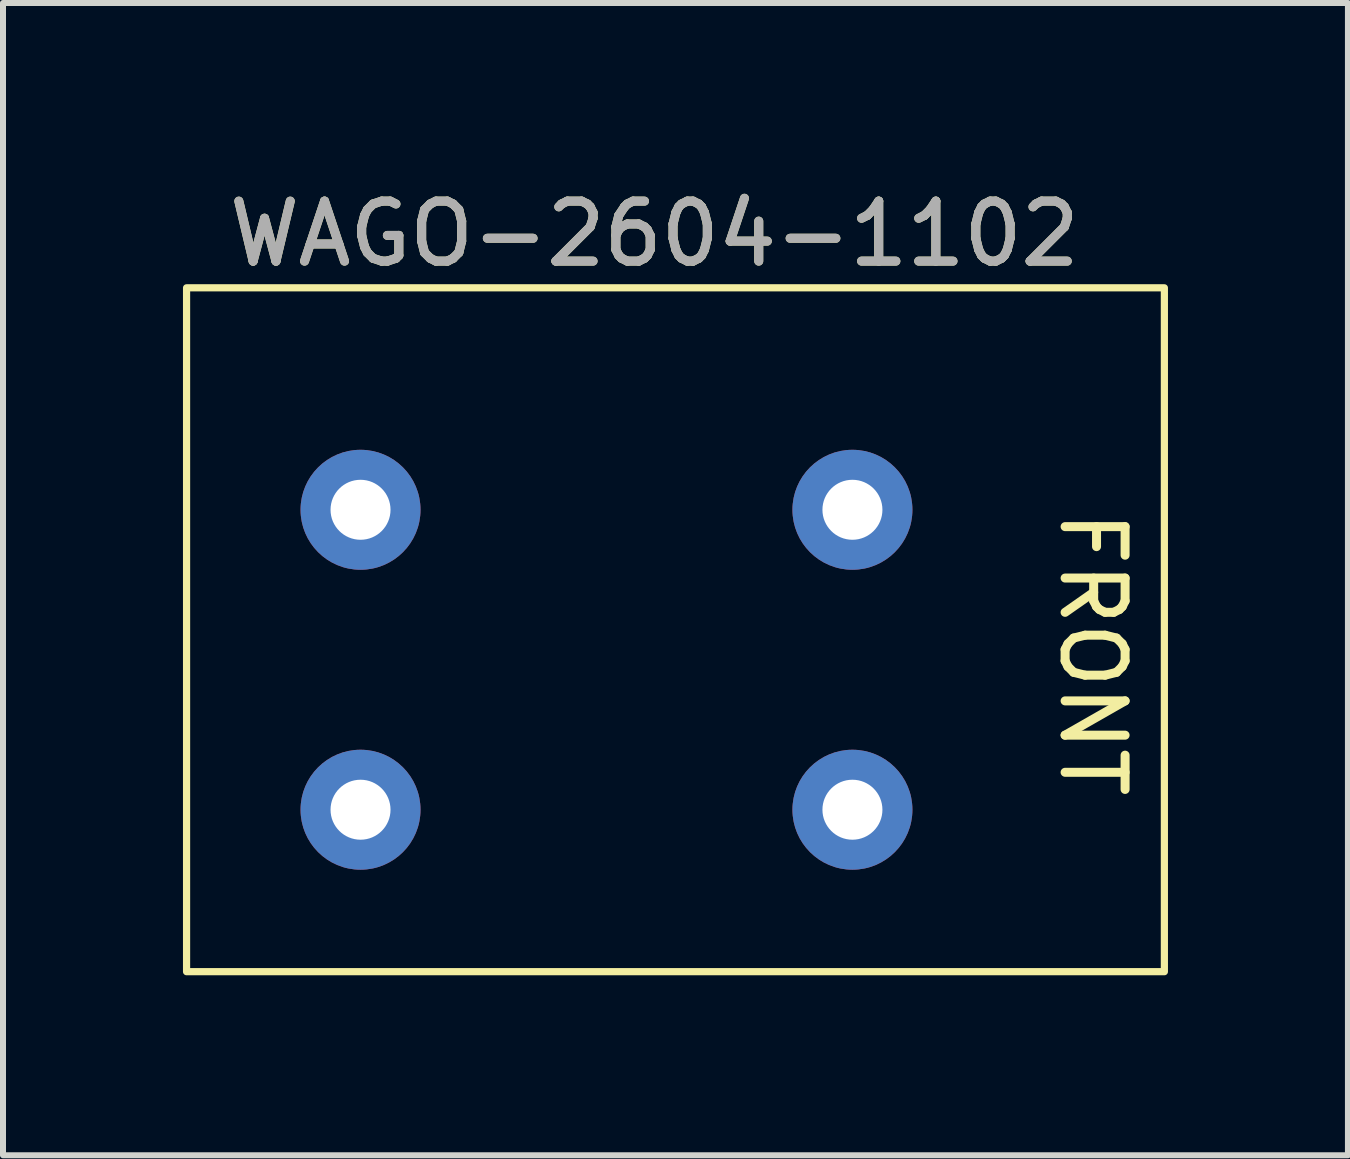
<source format=kicad_pcb>
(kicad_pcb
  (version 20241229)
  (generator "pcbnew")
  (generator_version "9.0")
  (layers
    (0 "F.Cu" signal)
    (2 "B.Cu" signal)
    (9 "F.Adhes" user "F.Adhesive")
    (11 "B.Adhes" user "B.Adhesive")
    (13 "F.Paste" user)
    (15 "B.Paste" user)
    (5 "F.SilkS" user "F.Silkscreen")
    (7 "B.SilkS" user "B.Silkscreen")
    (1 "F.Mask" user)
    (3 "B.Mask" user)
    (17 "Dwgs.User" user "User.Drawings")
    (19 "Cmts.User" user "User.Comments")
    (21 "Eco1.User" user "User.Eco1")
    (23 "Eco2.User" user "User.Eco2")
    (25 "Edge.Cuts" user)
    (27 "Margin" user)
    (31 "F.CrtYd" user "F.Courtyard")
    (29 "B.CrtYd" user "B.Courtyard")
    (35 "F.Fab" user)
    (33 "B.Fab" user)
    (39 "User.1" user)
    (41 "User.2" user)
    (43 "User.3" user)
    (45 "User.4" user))
  (footprint "WAGO-2604-1102"
    (layer "F.Cu")
    (at 11.16 10.448)
    (property "Reference" "WAGO-2604-1102" (at -3.3 -9.6 0) (unlocked yes) (layer "F.SilkS") (effects (font (size 1 1) (thickness 0.15))))
    (attr through_hole)
    (fp_rect (start 5.2 2.7) (end -11.1 -8.7) (stroke (width 0.12) (type solid)) (fill no) (layer "F.SilkS"))
    (fp_text user "FRONT" (at 4 -2.6 270) (unlocked yes) (layer "F.SilkS") (effects (font (size 1 1) (thickness 0.15))))
    (fp_text user "${REFERENCE}" (at -3.3 -9.6 0) (unlocked yes) (layer "F.Fab") (effects (font (size 1 1) (thickness 0.15))))
    (pad "1" thru_hole circle (at -8.2 0) (size 2 2) (drill 1) (layers "*.Cu" "*.Mask"))
    (pad "1" thru_hole circle (at 0 0) (size 2 2) (drill 1) (layers "*.Cu" "*.Mask"))
    (pad "2" thru_hole circle (at -8.2 -5) (size 2 2) (drill 1) (layers "*.Cu" "*.Mask"))
    (pad "2" thru_hole circle (at 0 -5) (size 2 2) (drill 1) (layers "*.Cu" "*.Mask")))
  (gr_rect
    (start -3 -3)
    (end 19.42 16.208)
    (stroke (width 0.1) (type default))
    (fill no)
    (layer "Edge.Cuts")))
</source>
